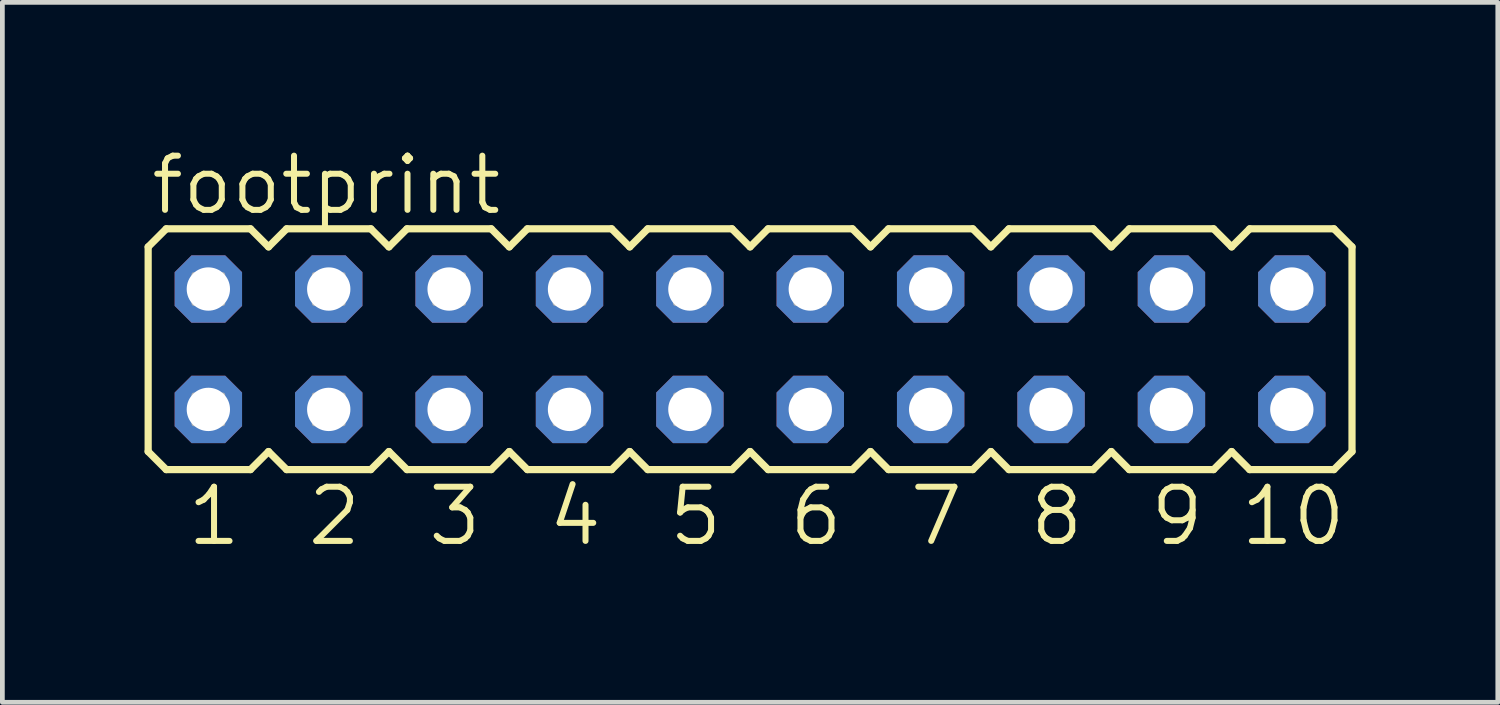
<source format=kicad_pcb>
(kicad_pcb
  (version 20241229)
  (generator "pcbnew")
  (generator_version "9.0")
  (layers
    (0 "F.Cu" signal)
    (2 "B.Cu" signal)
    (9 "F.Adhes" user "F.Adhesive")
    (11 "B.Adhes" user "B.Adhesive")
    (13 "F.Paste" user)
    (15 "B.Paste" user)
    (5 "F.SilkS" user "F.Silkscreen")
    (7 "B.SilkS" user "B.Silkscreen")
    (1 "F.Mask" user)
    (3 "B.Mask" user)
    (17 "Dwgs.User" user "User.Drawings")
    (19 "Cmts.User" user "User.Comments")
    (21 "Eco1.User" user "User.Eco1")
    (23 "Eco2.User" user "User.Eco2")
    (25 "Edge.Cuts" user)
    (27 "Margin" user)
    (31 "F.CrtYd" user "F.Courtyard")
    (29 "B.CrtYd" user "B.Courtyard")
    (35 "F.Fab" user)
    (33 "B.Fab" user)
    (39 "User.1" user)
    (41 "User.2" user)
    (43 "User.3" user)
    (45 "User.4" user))
  (footprint "footprint"
    (layer "F.Cu")
    (at 12.776 4.318)
    (property "Reference" "footprint" (at -12.7 -2.794 0) (layer "F.SilkS") (effects (font (size 1.143 1.143) (thickness 0.127)) (justify left bottom)))
    (fp_line (start -12.7 -2.159) (end -12.319 -2.54) (stroke (width 0.152) (type solid)) (layer "F.SilkS"))
    (fp_line (start -12.7 2.159) (end -12.7 -2.159) (stroke (width 0.152) (type solid)) (layer "F.SilkS"))
    (fp_line (start -12.7 2.159) (end -12.319 2.54) (stroke (width 0.152) (type solid)) (layer "F.SilkS"))
    (fp_line (start -12.319 -2.54) (end -10.541 -2.54) (stroke (width 0.152) (type solid)) (layer "F.SilkS"))
    (fp_line (start -12.319 2.54) (end -10.541 2.54) (stroke (width 0.152) (type solid)) (layer "F.SilkS"))
    (fp_line (start -10.541 -2.54) (end -10.16 -2.159) (stroke (width 0.152) (type solid)) (layer "F.SilkS"))
    (fp_line (start -10.16 -2.159) (end -9.779 -2.54) (stroke (width 0.152) (type solid)) (layer "F.SilkS"))
    (fp_line (start -10.16 2.159) (end -10.541 2.54) (stroke (width 0.152) (type solid)) (layer "F.SilkS"))
    (fp_line (start -10.16 2.159) (end -9.779 2.54) (stroke (width 0.152) (type solid)) (layer "F.SilkS"))
    (fp_line (start -9.779 -2.54) (end -8.001 -2.54) (stroke (width 0.152) (type solid)) (layer "F.SilkS"))
    (fp_line (start -8.001 2.54) (end -9.779 2.54) (stroke (width 0.152) (type solid)) (layer "F.SilkS"))
    (fp_line (start -7.62 -2.159) (end -8.001 -2.54) (stroke (width 0.152) (type solid)) (layer "F.SilkS"))
    (fp_line (start -7.62 -2.159) (end -7.239 -2.54) (stroke (width 0.152) (type solid)) (layer "F.SilkS"))
    (fp_line (start -7.62 2.159) (end -8.001 2.54) (stroke (width 0.152) (type solid)) (layer "F.SilkS"))
    (fp_line (start -7.62 2.159) (end -7.239 2.54) (stroke (width 0.152) (type solid)) (layer "F.SilkS"))
    (fp_line (start -7.239 -2.54) (end -5.461 -2.54) (stroke (width 0.152) (type solid)) (layer "F.SilkS"))
    (fp_line (start -5.461 2.54) (end -7.239 2.54) (stroke (width 0.152) (type solid)) (layer "F.SilkS"))
    (fp_line (start -5.461 2.54) (end -5.08 2.159) (stroke (width 0.152) (type solid)) (layer "F.SilkS"))
    (fp_line (start -5.08 -2.159) (end -5.461 -2.54) (stroke (width 0.152) (type solid)) (layer "F.SilkS"))
    (fp_line (start -5.08 -2.159) (end -4.699 -2.54) (stroke (width 0.152) (type solid)) (layer "F.SilkS"))
    (fp_line (start -5.08 2.159) (end -4.699 2.54) (stroke (width 0.152) (type solid)) (layer "F.SilkS"))
    (fp_line (start -4.699 -2.54) (end -2.921 -2.54) (stroke (width 0.152) (type solid)) (layer "F.SilkS"))
    (fp_line (start -2.921 2.54) (end -4.699 2.54) (stroke (width 0.152) (type solid)) (layer "F.SilkS"))
    (fp_line (start -2.921 2.54) (end -2.54 2.159) (stroke (width 0.152) (type solid)) (layer "F.SilkS"))
    (fp_line (start -2.54 -2.159) (end -2.921 -2.54) (stroke (width 0.152) (type solid)) (layer "F.SilkS"))
    (fp_line (start -2.54 -2.159) (end -2.159 -2.54) (stroke (width 0.152) (type solid)) (layer "F.SilkS"))
    (fp_line (start -2.54 2.159) (end -2.159 2.54) (stroke (width 0.152) (type solid)) (layer "F.SilkS"))
    (fp_line (start -2.159 -2.54) (end -0.381 -2.54) (stroke (width 0.152) (type solid)) (layer "F.SilkS"))
    (fp_line (start -0.381 2.54) (end -2.159 2.54) (stroke (width 0.152) (type solid)) (layer "F.SilkS"))
    (fp_line (start -0.381 2.54) (end 0 2.159) (stroke (width 0.152) (type solid)) (layer "F.SilkS"))
    (fp_line (start 0 -2.159) (end -0.381 -2.54) (stroke (width 0.152) (type solid)) (layer "F.SilkS"))
    (fp_line (start 0 -2.159) (end 0.381 -2.54) (stroke (width 0.152) (type solid)) (layer "F.SilkS"))
    (fp_line (start 0 2.159) (end 0.381 2.54) (stroke (width 0.152) (type solid)) (layer "F.SilkS"))
    (fp_line (start 0.381 -2.54) (end 2.159 -2.54) (stroke (width 0.152) (type solid)) (layer "F.SilkS"))
    (fp_line (start 2.159 2.54) (end 0.381 2.54) (stroke (width 0.152) (type solid)) (layer "F.SilkS"))
    (fp_line (start 2.159 2.54) (end 2.54 2.159) (stroke (width 0.152) (type solid)) (layer "F.SilkS"))
    (fp_line (start 2.54 -2.159) (end 2.159 -2.54) (stroke (width 0.152) (type solid)) (layer "F.SilkS"))
    (fp_line (start 2.54 -2.159) (end 2.921 -2.54) (stroke (width 0.152) (type solid)) (layer "F.SilkS"))
    (fp_line (start 2.54 2.159) (end 2.921 2.54) (stroke (width 0.152) (type solid)) (layer "F.SilkS"))
    (fp_line (start 2.921 -2.54) (end 4.699 -2.54) (stroke (width 0.152) (type solid)) (layer "F.SilkS"))
    (fp_line (start 4.699 2.54) (end 2.921 2.54) (stroke (width 0.152) (type solid)) (layer "F.SilkS"))
    (fp_line (start 4.699 2.54) (end 5.08 2.159) (stroke (width 0.152) (type solid)) (layer "F.SilkS"))
    (fp_line (start 5.08 -2.159) (end 4.699 -2.54) (stroke (width 0.152) (type solid)) (layer "F.SilkS"))
    (fp_line (start 5.08 -2.159) (end 5.461 -2.54) (stroke (width 0.152) (type solid)) (layer "F.SilkS"))
    (fp_line (start 5.08 2.159) (end 5.461 2.54) (stroke (width 0.152) (type solid)) (layer "F.SilkS"))
    (fp_line (start 5.461 -2.54) (end 7.239 -2.54) (stroke (width 0.152) (type solid)) (layer "F.SilkS"))
    (fp_line (start 7.239 2.54) (end 5.461 2.54) (stroke (width 0.152) (type solid)) (layer "F.SilkS"))
    (fp_line (start 7.239 2.54) (end 7.62 2.159) (stroke (width 0.152) (type solid)) (layer "F.SilkS"))
    (fp_line (start 7.62 -2.159) (end 7.239 -2.54) (stroke (width 0.152) (type solid)) (layer "F.SilkS"))
    (fp_line (start 7.62 -2.159) (end 8.001 -2.54) (stroke (width 0.152) (type solid)) (layer "F.SilkS"))
    (fp_line (start 7.62 2.159) (end 8.001 2.54) (stroke (width 0.152) (type solid)) (layer "F.SilkS"))
    (fp_line (start 8.001 -2.54) (end 9.779 -2.54) (stroke (width 0.152) (type solid)) (layer "F.SilkS"))
    (fp_line (start 9.779 2.54) (end 8.001 2.54) (stroke (width 0.152) (type solid)) (layer "F.SilkS"))
    (fp_line (start 9.779 2.54) (end 10.16 2.159) (stroke (width 0.152) (type solid)) (layer "F.SilkS"))
    (fp_line (start 10.16 -2.159) (end 9.779 -2.54) (stroke (width 0.152) (type solid)) (layer "F.SilkS"))
    (fp_line (start 10.16 -2.159) (end 10.541 -2.54) (stroke (width 0.152) (type solid)) (layer "F.SilkS"))
    (fp_line (start 10.16 2.159) (end 10.541 2.54) (stroke (width 0.152) (type solid)) (layer "F.SilkS"))
    (fp_line (start 10.541 -2.54) (end 12.319 -2.54) (stroke (width 0.152) (type solid)) (layer "F.SilkS"))
    (fp_line (start 12.319 2.54) (end 10.541 2.54) (stroke (width 0.152) (type solid)) (layer "F.SilkS"))
    (fp_line (start 12.319 2.54) (end 12.7 2.159) (stroke (width 0.152) (type solid)) (layer "F.SilkS"))
    (fp_line (start 12.7 -2.159) (end 12.319 -2.54) (stroke (width 0.152) (type solid)) (layer "F.SilkS"))
    (fp_line (start 12.7 -2.159) (end 12.7 2.159) (stroke (width 0.152) (type solid)) (layer "F.SilkS"))
    (fp_poly (pts (xy -11.735 -0.965) (xy -11.125 -0.965) (xy -11.125 -1.575) (xy -11.735 -1.575)) (stroke (width 0.1) (type solid)) (fill no) (layer "F.Fab"))
    (fp_poly (pts (xy -11.735 1.575) (xy -11.125 1.575) (xy -11.125 0.965) (xy -11.735 0.965)) (stroke (width 0.1) (type solid)) (fill no) (layer "F.Fab"))
    (fp_poly (pts (xy -9.195 -0.965) (xy -8.585 -0.965) (xy -8.585 -1.575) (xy -9.195 -1.575)) (stroke (width 0.1) (type solid)) (fill no) (layer "F.Fab"))
    (fp_poly (pts (xy -9.195 1.575) (xy -8.585 1.575) (xy -8.585 0.965) (xy -9.195 0.965)) (stroke (width 0.1) (type solid)) (fill no) (layer "F.Fab"))
    (fp_poly (pts (xy -6.655 -0.965) (xy -6.045 -0.965) (xy -6.045 -1.575) (xy -6.655 -1.575)) (stroke (width 0.1) (type solid)) (fill no) (layer "F.Fab"))
    (fp_poly (pts (xy -6.655 1.575) (xy -6.045 1.575) (xy -6.045 0.965) (xy -6.655 0.965)) (stroke (width 0.1) (type solid)) (fill no) (layer "F.Fab"))
    (fp_poly (pts (xy -4.115 -0.965) (xy -3.505 -0.965) (xy -3.505 -1.575) (xy -4.115 -1.575)) (stroke (width 0.1) (type solid)) (fill no) (layer "F.Fab"))
    (fp_poly (pts (xy -4.115 1.575) (xy -3.505 1.575) (xy -3.505 0.965) (xy -4.115 0.965)) (stroke (width 0.1) (type solid)) (fill no) (layer "F.Fab"))
    (fp_poly (pts (xy -1.575 -0.965) (xy -0.965 -0.965) (xy -0.965 -1.575) (xy -1.575 -1.575)) (stroke (width 0.1) (type solid)) (fill no) (layer "F.Fab"))
    (fp_poly (pts (xy -1.575 1.575) (xy -0.965 1.575) (xy -0.965 0.965) (xy -1.575 0.965)) (stroke (width 0.1) (type solid)) (fill no) (layer "F.Fab"))
    (fp_poly (pts (xy 0.965 -0.965) (xy 1.575 -0.965) (xy 1.575 -1.575) (xy 0.965 -1.575)) (stroke (width 0.1) (type solid)) (fill no) (layer "F.Fab"))
    (fp_poly (pts (xy 0.965 1.575) (xy 1.575 1.575) (xy 1.575 0.965) (xy 0.965 0.965)) (stroke (width 0.1) (type solid)) (fill no) (layer "F.Fab"))
    (fp_poly (pts (xy 3.505 -0.965) (xy 4.115 -0.965) (xy 4.115 -1.575) (xy 3.505 -1.575)) (stroke (width 0.1) (type solid)) (fill no) (layer "F.Fab"))
    (fp_poly (pts (xy 3.505 1.575) (xy 4.115 1.575) (xy 4.115 0.965) (xy 3.505 0.965)) (stroke (width 0.1) (type solid)) (fill no) (layer "F.Fab"))
    (fp_poly (pts (xy 6.045 -0.965) (xy 6.655 -0.965) (xy 6.655 -1.575) (xy 6.045 -1.575)) (stroke (width 0.1) (type solid)) (fill no) (layer "F.Fab"))
    (fp_poly (pts (xy 6.045 1.575) (xy 6.655 1.575) (xy 6.655 0.965) (xy 6.045 0.965)) (stroke (width 0.1) (type solid)) (fill no) (layer "F.Fab"))
    (fp_poly (pts (xy 8.585 -0.965) (xy 9.195 -0.965) (xy 9.195 -1.575) (xy 8.585 -1.575)) (stroke (width 0.1) (type solid)) (fill no) (layer "F.Fab"))
    (fp_poly (pts (xy 8.585 1.575) (xy 9.195 1.575) (xy 9.195 0.965) (xy 8.585 0.965)) (stroke (width 0.1) (type solid)) (fill no) (layer "F.Fab"))
    (fp_poly (pts (xy 11.125 -0.965) (xy 11.735 -0.965) (xy 11.735 -1.575) (xy 11.125 -1.575)) (stroke (width 0.1) (type solid)) (fill no) (layer "F.Fab"))
    (fp_poly (pts (xy 11.125 1.575) (xy 11.735 1.575) (xy 11.735 0.965) (xy 11.125 0.965)) (stroke (width 0.1) (type solid)) (fill no) (layer "F.Fab"))
    (fp_text user "3" (at -6.858 4.191 0) (layer "F.SilkS") (effects (font (size 1.143 1.143) (thickness 0.127)) (justify left bottom)))
    (fp_text user "1" (at -11.938 4.191 0) (layer "F.SilkS") (effects (font (size 1.143 1.143) (thickness 0.127)) (justify left bottom)))
    (fp_text user "8" (at 5.842 4.191 0) (layer "F.SilkS") (effects (font (size 1.143 1.143) (thickness 0.127)) (justify left bottom)))
    (fp_text user "5" (at -1.778 4.191 0) (layer "F.SilkS") (effects (font (size 1.143 1.143) (thickness 0.127)) (justify left bottom)))
    (fp_text user "7" (at 3.302 4.191 0) (layer "F.SilkS") (effects (font (size 1.143 1.143) (thickness 0.127)) (justify left bottom)))
    (fp_text user "10" (at 10.287 4.191 0) (layer "F.SilkS") (effects (font (size 1.143 1.143) (thickness 0.127)) (justify left bottom)))
    (fp_text user "9" (at 8.382 4.191 0) (layer "F.SilkS") (effects (font (size 1.143 1.143) (thickness 0.127)) (justify left bottom)))
    (fp_text user "4" (at -4.318 4.191 0) (layer "F.SilkS") (effects (font (size 1.143 1.143) (thickness 0.127)) (justify left bottom)))
    (fp_text user "6" (at 0.762 4.191 0) (layer "F.SilkS") (effects (font (size 1.143 1.143) (thickness 0.127)) (justify left bottom)))
    (fp_text user "2" (at -9.398 4.191 0) (layer "F.SilkS") (effects (font (size 1.143 1.143) (thickness 0.127)) (justify left bottom)))
    (pad "1" thru_hole roundrect (at -11.43 1.27) (size 1.422 1.422) (drill 0.914) (layers "*.Cu" "*.Mask") (roundrect_rratio 0.25) (chamfer_ratio 0.25) (chamfer top_left top_right bottom_left bottom_right))
    (pad "2" thru_hole roundrect (at -11.43 -1.27) (size 1.422 1.422) (drill 0.914) (layers "*.Cu" "*.Mask") (roundrect_rratio 0.25) (chamfer_ratio 0.25) (chamfer top_left top_right bottom_left bottom_right))
    (pad "3" thru_hole roundrect (at -8.89 1.27) (size 1.422 1.422) (drill 0.914) (layers "*.Cu" "*.Mask") (roundrect_rratio 0.25) (chamfer_ratio 0.25) (chamfer top_left top_right bottom_left bottom_right))
    (pad "4" thru_hole roundrect (at -8.89 -1.27) (size 1.422 1.422) (drill 0.914) (layers "*.Cu" "*.Mask") (roundrect_rratio 0.25) (chamfer_ratio 0.25) (chamfer top_left top_right bottom_left bottom_right))
    (pad "5" thru_hole roundrect (at -6.35 1.27) (size 1.422 1.422) (drill 0.914) (layers "*.Cu" "*.Mask") (roundrect_rratio 0.25) (chamfer_ratio 0.25) (chamfer top_left top_right bottom_left bottom_right))
    (pad "6" thru_hole roundrect (at -6.35 -1.27) (size 1.422 1.422) (drill 0.914) (layers "*.Cu" "*.Mask") (roundrect_rratio 0.25) (chamfer_ratio 0.25) (chamfer top_left top_right bottom_left bottom_right))
    (pad "7" thru_hole roundrect (at -3.81 1.27) (size 1.422 1.422) (drill 0.914) (layers "*.Cu" "*.Mask") (roundrect_rratio 0.25) (chamfer_ratio 0.25) (chamfer top_left top_right bottom_left bottom_right))
    (pad "8" thru_hole roundrect (at -3.81 -1.27) (size 1.422 1.422) (drill 0.914) (layers "*.Cu" "*.Mask") (roundrect_rratio 0.25) (chamfer_ratio 0.25) (chamfer top_left top_right bottom_left bottom_right))
    (pad "9" thru_hole roundrect (at -1.27 1.27) (size 1.422 1.422) (drill 0.914) (layers "*.Cu" "*.Mask") (roundrect_rratio 0.25) (chamfer_ratio 0.25) (chamfer top_left top_right bottom_left bottom_right))
    (pad "10" thru_hole roundrect (at -1.27 -1.27) (size 1.422 1.422) (drill 0.914) (layers "*.Cu" "*.Mask") (roundrect_rratio 0.25) (chamfer_ratio 0.25) (chamfer top_left top_right bottom_left bottom_right))
    (pad "11" thru_hole roundrect (at 1.27 1.27) (size 1.422 1.422) (drill 0.914) (layers "*.Cu" "*.Mask") (roundrect_rratio 0.25) (chamfer_ratio 0.25) (chamfer top_left top_right bottom_left bottom_right))
    (pad "12" thru_hole roundrect (at 1.27 -1.27) (size 1.422 1.422) (drill 0.914) (layers "*.Cu" "*.Mask") (roundrect_rratio 0.25) (chamfer_ratio 0.25) (chamfer top_left top_right bottom_left bottom_right))
    (pad "13" thru_hole roundrect (at 3.81 1.27) (size 1.422 1.422) (drill 0.914) (layers "*.Cu" "*.Mask") (roundrect_rratio 0.25) (chamfer_ratio 0.25) (chamfer top_left top_right bottom_left bottom_right))
    (pad "14" thru_hole roundrect (at 3.81 -1.27) (size 1.422 1.422) (drill 0.914) (layers "*.Cu" "*.Mask") (roundrect_rratio 0.25) (chamfer_ratio 0.25) (chamfer top_left top_right bottom_left bottom_right))
    (pad "15" thru_hole roundrect (at 6.35 1.27) (size 1.422 1.422) (drill 0.914) (layers "*.Cu" "*.Mask") (roundrect_rratio 0.25) (chamfer_ratio 0.25) (chamfer top_left top_right bottom_left bottom_right))
    (pad "16" thru_hole roundrect (at 6.35 -1.27) (size 1.422 1.422) (drill 0.914) (layers "*.Cu" "*.Mask") (roundrect_rratio 0.25) (chamfer_ratio 0.25) (chamfer top_left top_right bottom_left bottom_right))
    (pad "17" thru_hole roundrect (at 8.89 1.27) (size 1.422 1.422) (drill 0.914) (layers "*.Cu" "*.Mask") (roundrect_rratio 0.25) (chamfer_ratio 0.25) (chamfer top_left top_right bottom_left bottom_right))
    (pad "18" thru_hole roundrect (at 8.89 -1.27) (size 1.422 1.422) (drill 0.914) (layers "*.Cu" "*.Mask") (roundrect_rratio 0.25) (chamfer_ratio 0.25) (chamfer top_left top_right bottom_left bottom_right))
    (pad "19" thru_hole roundrect (at 11.43 1.27) (size 1.422 1.422) (drill 0.914) (layers "*.Cu" "*.Mask") (roundrect_rratio 0.25) (chamfer_ratio 0.25) (chamfer top_left top_right bottom_left bottom_right))
    (pad "20" thru_hole roundrect (at 11.43 -1.27) (size 1.422 1.422) (drill 0.914) (layers "*.Cu" "*.Mask") (roundrect_rratio 0.25) (chamfer_ratio 0.25) (chamfer top_left top_right bottom_left bottom_right)))
  (gr_rect
    (start -3 -3)
    (end 28.552 11.768)
    (stroke (width 0.1) (type default))
    (fill no)
    (layer "Edge.Cuts")))
</source>
